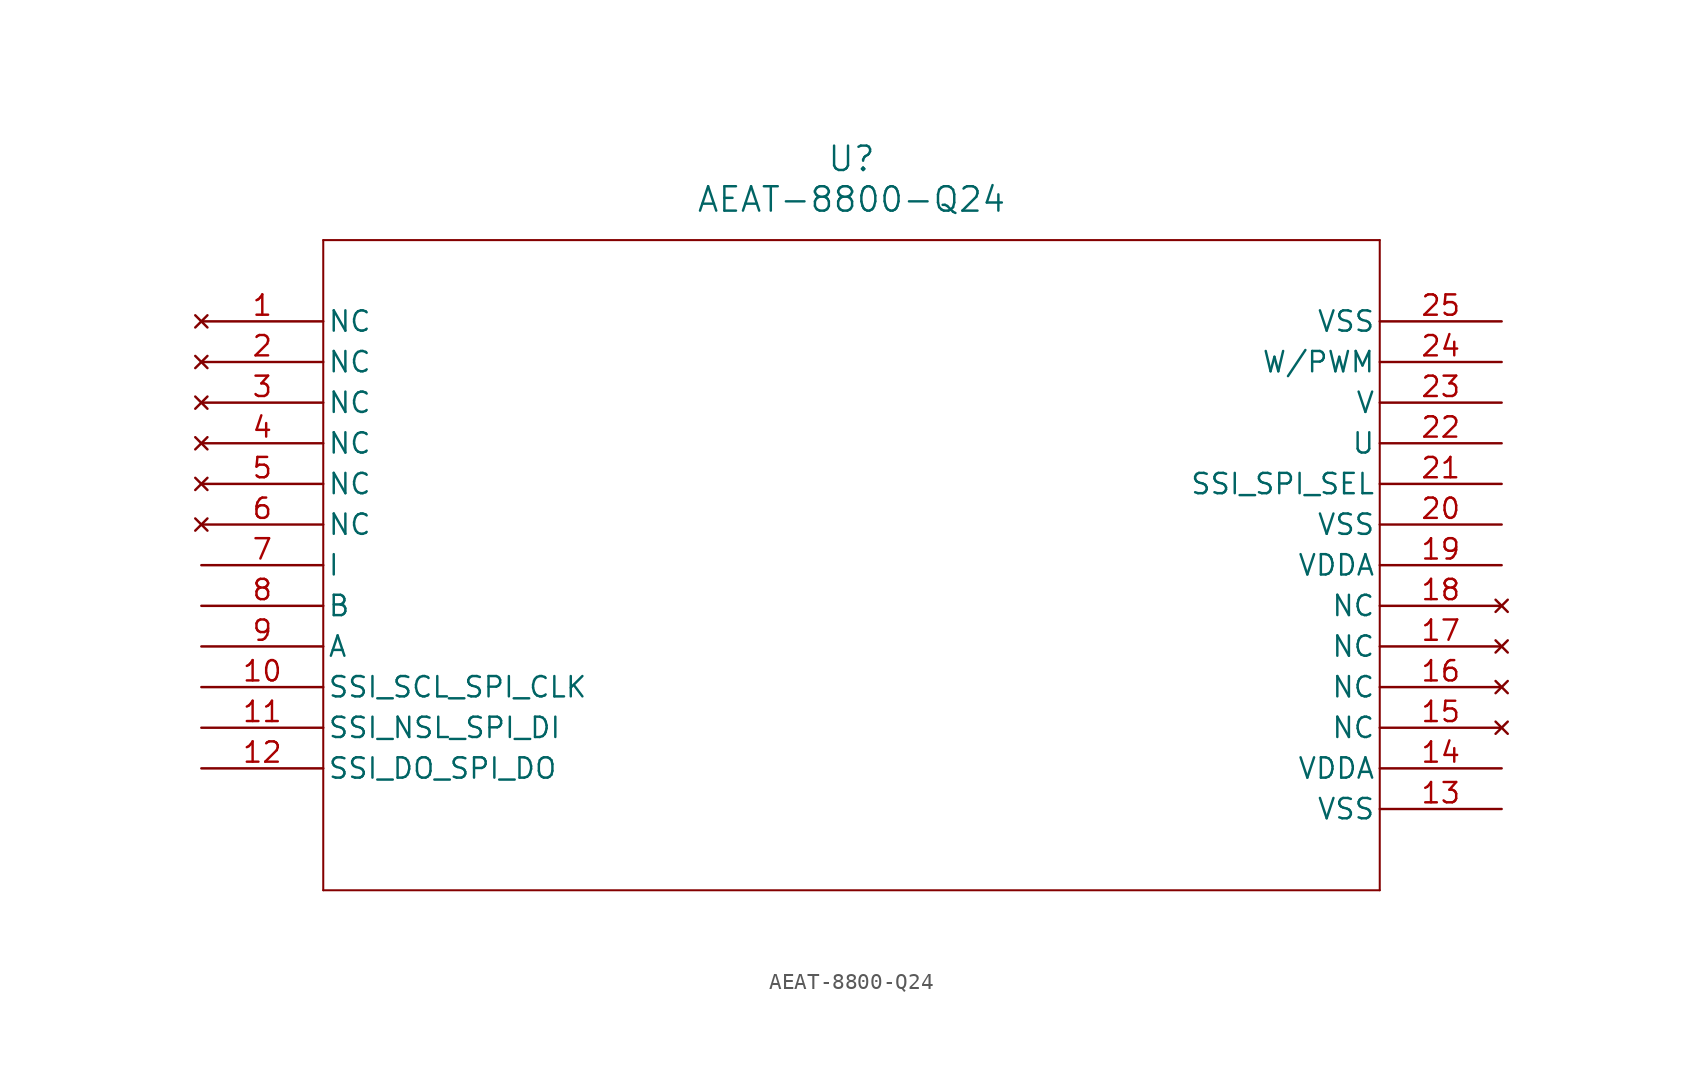
<source format=kicad_sym>
(kicad_symbol_lib
  (version 20211014)
  (generator kicad_symbol_editor)
  (symbol "AEAT-8800-Q24"
    (pin_names
      (offset 0.254))
    (property "Reference" "U"
      (at 40.64 10.16 0)
      (effects (font (size 1.524 1.524))))
    (property "Value" "AEAT-8800-Q24"
      (at 40.64 7.62 0)
      (effects (font (size 1.524 1.524))))
    (symbol "AEAT-8800-Q24_0_1"
      (polyline (pts (xy 7.62 5.08) (xy 7.62 -35.56)) (stroke (width 0.127) (type default) (color 0 0 0 0)) (fill (type none)))
      (polyline (pts (xy 7.62 -35.56) (xy 73.66 -35.56)) (stroke (width 0.127) (type default) (color 0 0 0 0)) (fill (type none)))
      (polyline (pts (xy 73.66 -35.56) (xy 73.66 5.08)) (stroke (width 0.127) (type default) (color 0 0 0 0)) (fill (type none)))
      (polyline (pts (xy 73.66 5.08) (xy 7.62 5.08)) (stroke (width 0.127) (type default) (color 0 0 0 0)) (fill (type none)))
      (pin no_connect line (at 0 0 0) (length 7.62) (name "NC" (effects (font (size 1.27 1.27)))) (number "1" (effects (font (size 1.27 1.27)))))
      (pin no_connect line (at 0 -2.54 0) (length 7.62) (name "NC" (effects (font (size 1.27 1.27)))) (number "2" (effects (font (size 1.27 1.27)))))
      (pin no_connect line (at 0 -5.08 0) (length 7.62) (name "NC" (effects (font (size 1.27 1.27)))) (number "3" (effects (font (size 1.27 1.27)))))
      (pin no_connect line (at 0 -7.62 0) (length 7.62) (name "NC" (effects (font (size 1.27 1.27)))) (number "4" (effects (font (size 1.27 1.27)))))
      (pin no_connect line (at 0 -10.16 0) (length 7.62) (name "NC" (effects (font (size 1.27 1.27)))) (number "5" (effects (font (size 1.27 1.27)))))
      (pin no_connect line (at 0 -12.7 0) (length 7.62) (name "NC" (effects (font (size 1.27 1.27)))) (number "6" (effects (font (size 1.27 1.27)))))
      (pin output line (at 0 -15.24 0) (length 7.62) (name "I" (effects (font (size 1.27 1.27)))) (number "7" (effects (font (size 1.27 1.27)))))
      (pin output line (at 0 -17.78 0) (length 7.62) (name "B" (effects (font (size 1.27 1.27)))) (number "8" (effects (font (size 1.27 1.27)))))
      (pin output line (at 0 -20.32 0) (length 7.62) (name "A" (effects (font (size 1.27 1.27)))) (number "9" (effects (font (size 1.27 1.27)))))
      (pin input line (at 0 -22.86 0) (length 7.62) (name "SSI_SCL_SPI_CLK" (effects (font (size 1.27 1.27)))) (number "10" (effects (font (size 1.27 1.27)))))
      (pin input line (at 0 -25.4 0) (length 7.62) (name "SSI_NSL_SPI_DI" (effects (font (size 1.27 1.27)))) (number "11" (effects (font (size 1.27 1.27)))))
      (pin output line (at 0 -27.94 0) (length 7.62) (name "SSI_DO_SPI_DO" (effects (font (size 1.27 1.27)))) (number "12" (effects (font (size 1.27 1.27)))))
      (pin power_out line (at 81.28 -30.48 180) (length 7.62) (name "VSS" (effects (font (size 1.27 1.27)))) (number "13" (effects (font (size 1.27 1.27)))))
      (pin power_in line (at 81.28 -27.94 180) (length 7.62) (name "VDDA" (effects (font (size 1.27 1.27)))) (number "14" (effects (font (size 1.27 1.27)))))
      (pin no_connect line (at 81.28 -25.4 180) (length 7.62) (name "NC" (effects (font (size 1.27 1.27)))) (number "15" (effects (font (size 1.27 1.27)))))
      (pin no_connect line (at 81.28 -22.86 180) (length 7.62) (name "NC" (effects (font (size 1.27 1.27)))) (number "16" (effects (font (size 1.27 1.27)))))
      (pin no_connect line (at 81.28 -20.32 180) (length 7.62) (name "NC" (effects (font (size 1.27 1.27)))) (number "17" (effects (font (size 1.27 1.27)))))
      (pin no_connect line (at 81.28 -17.78 180) (length 7.62) (name "NC" (effects (font (size 1.27 1.27)))) (number "18" (effects (font (size 1.27 1.27)))))
      (pin power_in line (at 81.28 -15.24 180) (length 7.62) (name "VDDA" (effects (font (size 1.27 1.27)))) (number "19" (effects (font (size 1.27 1.27)))))
      (pin power_out line (at 81.28 -12.7 180) (length 7.62) (name "VSS" (effects (font (size 1.27 1.27)))) (number "20" (effects (font (size 1.27 1.27)))))
      (pin input line (at 81.28 -10.16 180) (length 7.62) (name "SSI_SPI_SEL" (effects (font (size 1.27 1.27)))) (number "21" (effects (font (size 1.27 1.27)))))
      (pin output line (at 81.28 -7.62 180) (length 7.62) (name "U" (effects (font (size 1.27 1.27)))) (number "22" (effects (font (size 1.27 1.27)))))
      (pin output line (at 81.28 -5.08 180) (length 7.62) (name "V" (effects (font (size 1.27 1.27)))) (number "23" (effects (font (size 1.27 1.27)))))
      (pin output line (at 81.28 -2.54 180) (length 7.62) (name "W/PWM" (effects (font (size 1.27 1.27)))) (number "24" (effects (font (size 1.27 1.27)))))
      (pin power_out line (at 81.28 0 180) (length 7.62) (name "VSS" (effects (font (size 1.27 1.27)))) (number "25" (effects (font (size 1.27 1.27))))))))
</source>
